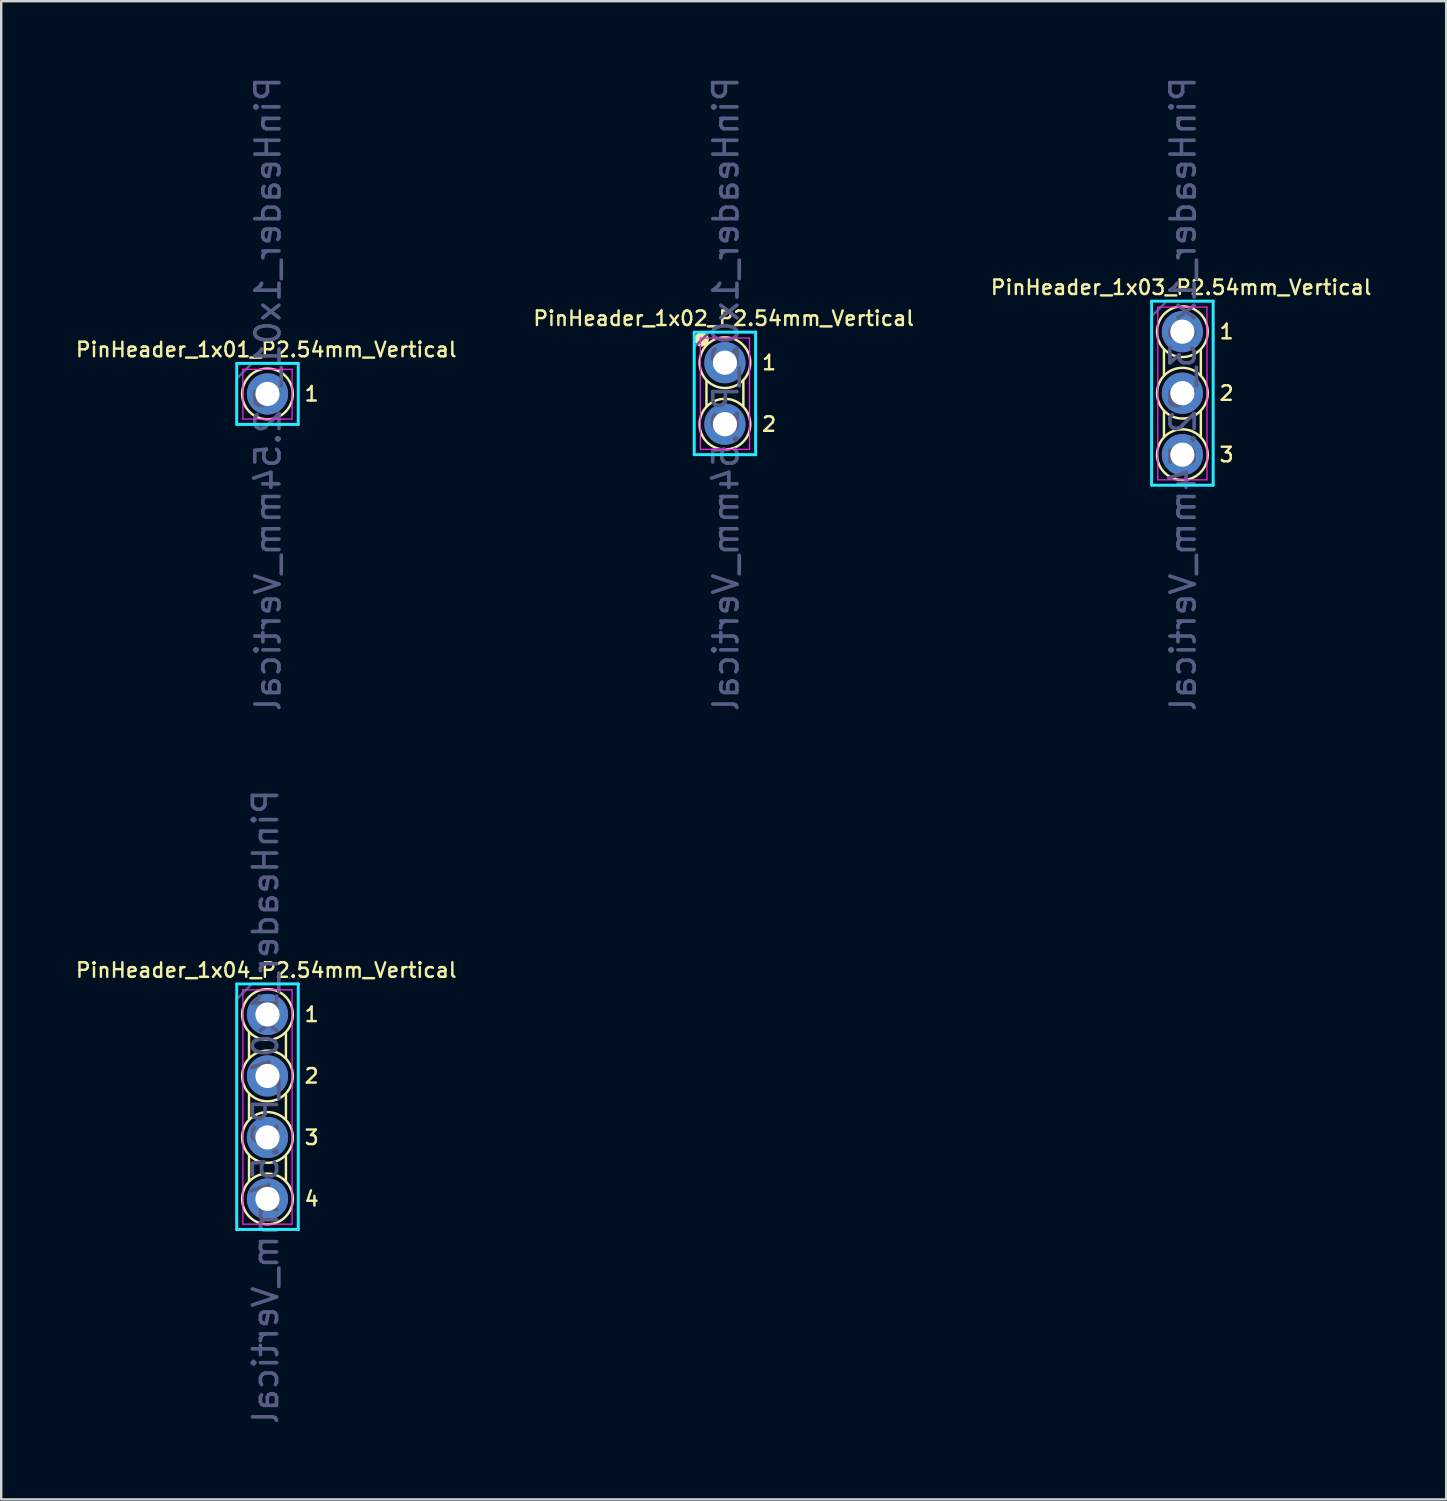
<source format=kicad_pcb>
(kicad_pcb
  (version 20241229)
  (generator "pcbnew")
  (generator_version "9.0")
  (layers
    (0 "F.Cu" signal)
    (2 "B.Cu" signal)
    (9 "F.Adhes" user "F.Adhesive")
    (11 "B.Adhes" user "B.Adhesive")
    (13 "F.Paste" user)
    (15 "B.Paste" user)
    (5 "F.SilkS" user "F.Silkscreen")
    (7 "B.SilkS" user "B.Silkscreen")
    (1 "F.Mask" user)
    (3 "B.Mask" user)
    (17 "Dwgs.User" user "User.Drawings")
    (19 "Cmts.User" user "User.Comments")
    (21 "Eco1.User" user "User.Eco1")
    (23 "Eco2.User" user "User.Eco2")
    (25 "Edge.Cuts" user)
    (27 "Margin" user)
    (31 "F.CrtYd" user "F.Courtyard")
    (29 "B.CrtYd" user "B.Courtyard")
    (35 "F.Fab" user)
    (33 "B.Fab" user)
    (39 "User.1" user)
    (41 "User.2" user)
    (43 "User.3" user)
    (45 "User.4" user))
  (footprint "PinHeader_1x02_P2.54mm_Vertical"
    (layer "F.Cu")
    (at 26.892 11.93)
    (property "Reference" "PinHeader_1x02_P2.54mm_Vertical" (at -0.051 -1.829 0) (layer "F.SilkS") (effects (font (size 0.6 0.6) (thickness 0.1))))
    (attr through_hole)
    (fp_line (start -0.762 0.762) (end -0.762 1.778) (stroke (width 0.1) (type solid)) (layer "F.SilkS"))
    (fp_line (start 0.762 0.762) (end 0.762 1.778) (stroke (width 0.1) (type solid)) (layer "F.SilkS"))
    (fp_circle (center -0.965 -0.965) (end -0.965 -0.965) (stroke (width 0.3) (type solid)) (fill no) (layer "F.SilkS"))
    (fp_circle (center 0 0) (end 0.813 0.66) (stroke (width 0.1) (type solid)) (fill no) (layer "F.SilkS"))
    (fp_circle (center 0 2.54) (end 0.813 3.2) (stroke (width 0.1) (type solid)) (fill no) (layer "F.SilkS"))
    (fp_line (start -1.27 -1.26) (end -1.27 3.8) (stroke (width 0.12) (type solid)) (layer "B.CrtYd"))
    (fp_line (start -1.27 3.8) (end 1.27 3.8) (stroke (width 0.12) (type solid)) (layer "B.CrtYd"))
    (fp_line (start 1.27 -1.26) (end -1.27 -1.26) (stroke (width 0.12) (type solid)) (layer "B.CrtYd"))
    (fp_line (start 1.27 3.8) (end 1.27 -1.26) (stroke (width 0.12) (type solid)) (layer "B.CrtYd"))
    (fp_line (start -1.016 -1.016) (end -1.016 3.58) (stroke (width 0.05) (type solid)) (layer "F.CrtYd"))
    (fp_line (start -1.012 3.58) (end 1.01 3.58) (stroke (width 0.05) (type solid)) (layer "F.CrtYd"))
    (fp_line (start 1.016 -1.016) (end -1.016 -1.016) (stroke (width 0.05) (type solid)) (layer "F.CrtYd"))
    (fp_line (start 1.016 3.58) (end 1.016 -1.016) (stroke (width 0.05) (type solid)) (layer "F.CrtYd"))
    (fp_line (start -1.27 -0.635) (end -0.635 -1.27) (stroke (width 0.1) (type solid)) (layer "B.Fab"))
    (fp_line (start -1.27 3.79) (end -1.27 -0.635) (stroke (width 0.1) (type solid)) (layer "B.Fab"))
    (fp_line (start -0.635 -1.27) (end 1.27 -1.27) (stroke (width 0.1) (type solid)) (layer "B.Fab"))
    (fp_line (start 1.27 -1.27) (end 1.27 3.8) (stroke (width 0.1) (type solid)) (layer "B.Fab"))
    (fp_line (start 1.27 3.8) (end -1.27 3.8) (stroke (width 0.1) (type solid)) (layer "B.Fab"))
    (fp_text user "1" (at 1.473 0 0) (layer "F.SilkS") (effects (font (size 0.6 0.6) (thickness 0.1)) (justify left)))
    (fp_text user "2" (at 1.473 2.54 0) (layer "F.SilkS") (effects (font (size 0.6 0.6) (thickness 0.1)) (justify left)))
    (fp_text user "${REFERENCE}" (at 0.04 1.29 90) (layer "B.Fab") (effects (font (size 1 1) (thickness 0.15)) (justify mirror)))
    (pad "1" thru_hole circle (at 0 0) (size 1.7 1.7) (drill 1) (layers "*.Cu" "*.Mask"))
    (pad "2" thru_hole oval (at 0 2.54) (size 1.7 1.7) (drill 1) (layers "*.Cu" "*.Mask")))
  (footprint "PinHeader_1x01_P2.54mm_Vertical"
    (layer "F.Cu")
    (at 7.998 13.22)
    (property "Reference" "PinHeader_1x01_P2.54mm_Vertical" (at -0.051 -1.829 0) (layer "F.SilkS") (effects (font (size 0.6 0.6) (thickness 0.1))))
    (attr through_hole)
    (fp_circle (center 0 0) (end 0.813 0.66) (stroke (width 0.1) (type solid)) (fill no) (layer "F.SilkS"))
    (fp_line (start -1.27 -1.26) (end -1.27 1.26) (stroke (width 0.12) (type solid)) (layer "B.CrtYd"))
    (fp_line (start -1.27 1.26) (end 1.27 1.26) (stroke (width 0.12) (type solid)) (layer "B.CrtYd"))
    (fp_line (start 1.27 -1.26) (end -1.27 -1.26) (stroke (width 0.12) (type solid)) (layer "B.CrtYd"))
    (fp_line (start 1.27 1.26) (end 1.27 -1.26) (stroke (width 0.12) (type solid)) (layer "B.CrtYd"))
    (fp_line (start -1.016 -1.016) (end -1.016 1.04) (stroke (width 0.05) (type solid)) (layer "F.CrtYd"))
    (fp_line (start -1.012 1.04) (end 1.01 1.04) (stroke (width 0.05) (type solid)) (layer "F.CrtYd"))
    (fp_line (start 1.016 -1.016) (end -1.016 -1.016) (stroke (width 0.05) (type solid)) (layer "F.CrtYd"))
    (fp_line (start 1.016 1.04) (end 1.016 -1.016) (stroke (width 0.05) (type solid)) (layer "F.CrtYd"))
    (fp_line (start -1.27 -0.635) (end -0.635 -1.27) (stroke (width 0.1) (type solid)) (layer "B.Fab"))
    (fp_line (start -1.27 1.25) (end -1.27 -0.635) (stroke (width 0.1) (type solid)) (layer "B.Fab"))
    (fp_line (start -0.635 -1.27) (end 1.27 -1.27) (stroke (width 0.1) (type solid)) (layer "B.Fab"))
    (fp_line (start 1.27 -1.27) (end 1.27 1.26) (stroke (width 0.1) (type solid)) (layer "B.Fab"))
    (fp_line (start 1.27 1.26) (end -1.27 1.26) (stroke (width 0.1) (type solid)) (layer "B.Fab"))
    (fp_text user "1" (at 1.473 0 0) (layer "F.SilkS") (effects (font (size 0.6 0.6) (thickness 0.1)) (justify left)))
    (fp_text user "${REFERENCE}" (at 0.02 0 90) (layer "B.Fab") (effects (font (size 1 1) (thickness 0.15)) (justify mirror)))
    (pad "1" thru_hole circle (at 0 0) (size 1.7 1.7) (drill 1) (layers "*.Cu" "*.Mask")))
  (footprint "PinHeader_1x03_P2.54mm_Vertical"
    (layer "F.Cu")
    (at 45.787 10.65)
    (property "Reference" "PinHeader_1x03_P2.54mm_Vertical" (at -0.051 -1.829 0) (layer "F.SilkS") (effects (font (size 0.6 0.6) (thickness 0.1))))
    (attr through_hole)
    (fp_line (start -0.762 0.762) (end -0.762 1.778) (stroke (width 0.1) (type solid)) (layer "F.SilkS"))
    (fp_line (start -0.762 3.302) (end -0.762 4.318) (stroke (width 0.1) (type solid)) (layer "F.SilkS"))
    (fp_line (start 0.762 0.762) (end 0.762 1.778) (stroke (width 0.1) (type solid)) (layer "F.SilkS"))
    (fp_line (start 0.762 3.302) (end 0.762 4.318) (stroke (width 0.1) (type solid)) (layer "F.SilkS"))
    (fp_circle (center 0 0) (end 0.813 0.66) (stroke (width 0.1) (type solid)) (fill no) (layer "F.SilkS"))
    (fp_circle (center 0 2.54) (end 0.813 3.2) (stroke (width 0.1) (type solid)) (fill no) (layer "F.SilkS"))
    (fp_circle (center 0 5.08) (end 0.813 5.74) (stroke (width 0.1) (type solid)) (fill no) (layer "F.SilkS"))
    (fp_line (start -1.27 -1.26) (end -1.27 6.34) (stroke (width 0.12) (type solid)) (layer "B.CrtYd"))
    (fp_line (start -1.27 6.34) (end 1.27 6.34) (stroke (width 0.12) (type solid)) (layer "B.CrtYd"))
    (fp_line (start 1.27 -1.26) (end -1.27 -1.26) (stroke (width 0.12) (type solid)) (layer "B.CrtYd"))
    (fp_line (start 1.27 6.34) (end 1.27 -1.26) (stroke (width 0.12) (type solid)) (layer "B.CrtYd"))
    (fp_line (start -1.016 -1.016) (end -1.016 6.12) (stroke (width 0.05) (type solid)) (layer "F.CrtYd"))
    (fp_line (start -1.012 6.12) (end 1.01 6.12) (stroke (width 0.05) (type solid)) (layer "F.CrtYd"))
    (fp_line (start 1.016 -1.016) (end -1.016 -1.016) (stroke (width 0.05) (type solid)) (layer "F.CrtYd"))
    (fp_line (start 1.016 6.12) (end 1.016 -1.016) (stroke (width 0.05) (type solid)) (layer "F.CrtYd"))
    (fp_line (start -1.27 -0.635) (end -0.635 -1.27) (stroke (width 0.1) (type solid)) (layer "B.Fab"))
    (fp_line (start -1.27 6.33) (end -1.27 -0.635) (stroke (width 0.1) (type solid)) (layer "B.Fab"))
    (fp_line (start -0.635 -1.27) (end 1.27 -1.27) (stroke (width 0.1) (type solid)) (layer "B.Fab"))
    (fp_line (start 1.27 -1.27) (end 1.27 6.34) (stroke (width 0.1) (type solid)) (layer "B.Fab"))
    (fp_line (start 1.27 6.34) (end -1.27 6.34) (stroke (width 0.1) (type solid)) (layer "B.Fab"))
    (fp_text user "3" (at 1.473 5.08 0) (layer "F.SilkS") (effects (font (size 0.6 0.6) (thickness 0.1)) (justify left)))
    (fp_text user "2" (at 1.473 2.54 0) (layer "F.SilkS") (effects (font (size 0.6 0.6) (thickness 0.1)) (justify left)))
    (fp_text user "1" (at 1.473 0 0) (layer "F.SilkS") (effects (font (size 0.6 0.6) (thickness 0.1)) (justify left)))
    (fp_text user "${REFERENCE}" (at 0.03 2.57 90) (layer "B.Fab") (effects (font (size 1 1) (thickness 0.15)) (justify mirror)))
    (pad "1" thru_hole circle (at 0 0) (size 1.7 1.7) (drill 1) (layers "*.Cu" "*.Mask"))
    (pad "2" thru_hole oval (at 0 2.54) (size 1.7 1.7) (drill 1) (layers "*.Cu" "*.Mask"))
    (pad "3" thru_hole oval (at 0 5.08) (size 1.7 1.7) (drill 1) (layers "*.Cu" "*.Mask")))
  (footprint "PinHeader_1x04_P2.54mm_Vertical"
    (layer "F.Cu")
    (at 7.998 38.851)
    (property "Reference" "PinHeader_1x04_P2.54mm_Vertical" (at -0.051 -1.829 0) (layer "F.SilkS") (effects (font (size 0.6 0.6) (thickness 0.1))))
    (attr through_hole)
    (fp_line (start -0.762 0.762) (end -0.762 1.778) (stroke (width 0.1) (type solid)) (layer "F.SilkS"))
    (fp_line (start -0.762 3.302) (end -0.762 4.318) (stroke (width 0.1) (type solid)) (layer "F.SilkS"))
    (fp_line (start -0.762 5.842) (end -0.762 6.858) (stroke (width 0.1) (type solid)) (layer "F.SilkS"))
    (fp_line (start 0.762 0.762) (end 0.762 1.778) (stroke (width 0.1) (type solid)) (layer "F.SilkS"))
    (fp_line (start 0.762 3.302) (end 0.762 4.318) (stroke (width 0.1) (type solid)) (layer "F.SilkS"))
    (fp_line (start 0.762 5.842) (end 0.762 6.858) (stroke (width 0.1) (type solid)) (layer "F.SilkS"))
    (fp_circle (center 0 0) (end 0.813 0.66) (stroke (width 0.1) (type solid)) (fill no) (layer "F.SilkS"))
    (fp_circle (center 0 2.54) (end 0.813 3.2) (stroke (width 0.1) (type solid)) (fill no) (layer "F.SilkS"))
    (fp_circle (center 0 5.08) (end 0.813 5.74) (stroke (width 0.1) (type solid)) (fill no) (layer "F.SilkS"))
    (fp_circle (center 0 7.62) (end 0.813 8.28) (stroke (width 0.1) (type solid)) (fill no) (layer "F.SilkS"))
    (fp_line (start -1.27 -1.26) (end -1.27 8.88) (stroke (width 0.12) (type solid)) (layer "B.CrtYd"))
    (fp_line (start -1.27 8.88) (end 1.27 8.88) (stroke (width 0.12) (type solid)) (layer "B.CrtYd"))
    (fp_line (start 1.27 -1.26) (end -1.27 -1.26) (stroke (width 0.12) (type solid)) (layer "B.CrtYd"))
    (fp_line (start 1.27 8.88) (end 1.27 -1.26) (stroke (width 0.12) (type solid)) (layer "B.CrtYd"))
    (fp_line (start -1.016 -1.016) (end -1.016 8.66) (stroke (width 0.05) (type solid)) (layer "F.CrtYd"))
    (fp_line (start -1.012 8.66) (end 1.01 8.66) (stroke (width 0.05) (type solid)) (layer "F.CrtYd"))
    (fp_line (start 1.016 -1.016) (end -1.016 -1.016) (stroke (width 0.05) (type solid)) (layer "F.CrtYd"))
    (fp_line (start 1.016 8.66) (end 1.016 -1.016) (stroke (width 0.05) (type solid)) (layer "F.CrtYd"))
    (fp_line (start -1.27 -0.635) (end -0.635 -1.27) (stroke (width 0.1) (type solid)) (layer "B.Fab"))
    (fp_line (start -1.27 8.87) (end -1.27 -0.635) (stroke (width 0.1) (type solid)) (layer "B.Fab"))
    (fp_line (start -0.635 -1.27) (end 1.27 -1.27) (stroke (width 0.1) (type solid)) (layer "B.Fab"))
    (fp_line (start 1.27 -1.27) (end 1.27 8.88) (stroke (width 0.1) (type solid)) (layer "B.Fab"))
    (fp_line (start 1.27 8.88) (end -1.27 8.88) (stroke (width 0.1) (type solid)) (layer "B.Fab"))
    (fp_text user "2" (at 1.473 2.54 0) (layer "F.SilkS") (effects (font (size 0.6 0.6) (thickness 0.1)) (justify left)))
    (fp_text user "1" (at 1.473 0 0) (layer "F.SilkS") (effects (font (size 0.6 0.6) (thickness 0.1)) (justify left)))
    (fp_text user "3" (at 1.473 5.08 0) (layer "F.SilkS") (effects (font (size 0.6 0.6) (thickness 0.1)) (justify left)))
    (fp_text user "4" (at 1.473 7.62 0) (layer "F.SilkS") (effects (font (size 0.6 0.6) (thickness 0.1)) (justify left)))
    (fp_text user "${REFERENCE}" (at -0.08 3.81 90) (layer "B.Fab") (effects (font (size 1 1) (thickness 0.15)) (justify mirror)))
    (pad "1" thru_hole circle (at 0 0) (size 1.7 1.7) (drill 1) (layers "*.Cu" "*.Mask"))
    (pad "2" thru_hole oval (at 0 2.54) (size 1.7 1.7) (drill 1) (layers "*.Cu" "*.Mask"))
    (pad "3" thru_hole oval (at 0 5.08) (size 1.7 1.7) (drill 1) (layers "*.Cu" "*.Mask"))
    (pad "4" thru_hole oval (at 0 7.62) (size 1.7 1.7) (drill 1) (layers "*.Cu" "*.Mask")))
  (gr_rect
    (start -3 -3)
    (end 56.683 58.881)
    (stroke (width 0.1) (type default))
    (fill no)
    (layer "Edge.Cuts")))
</source>
